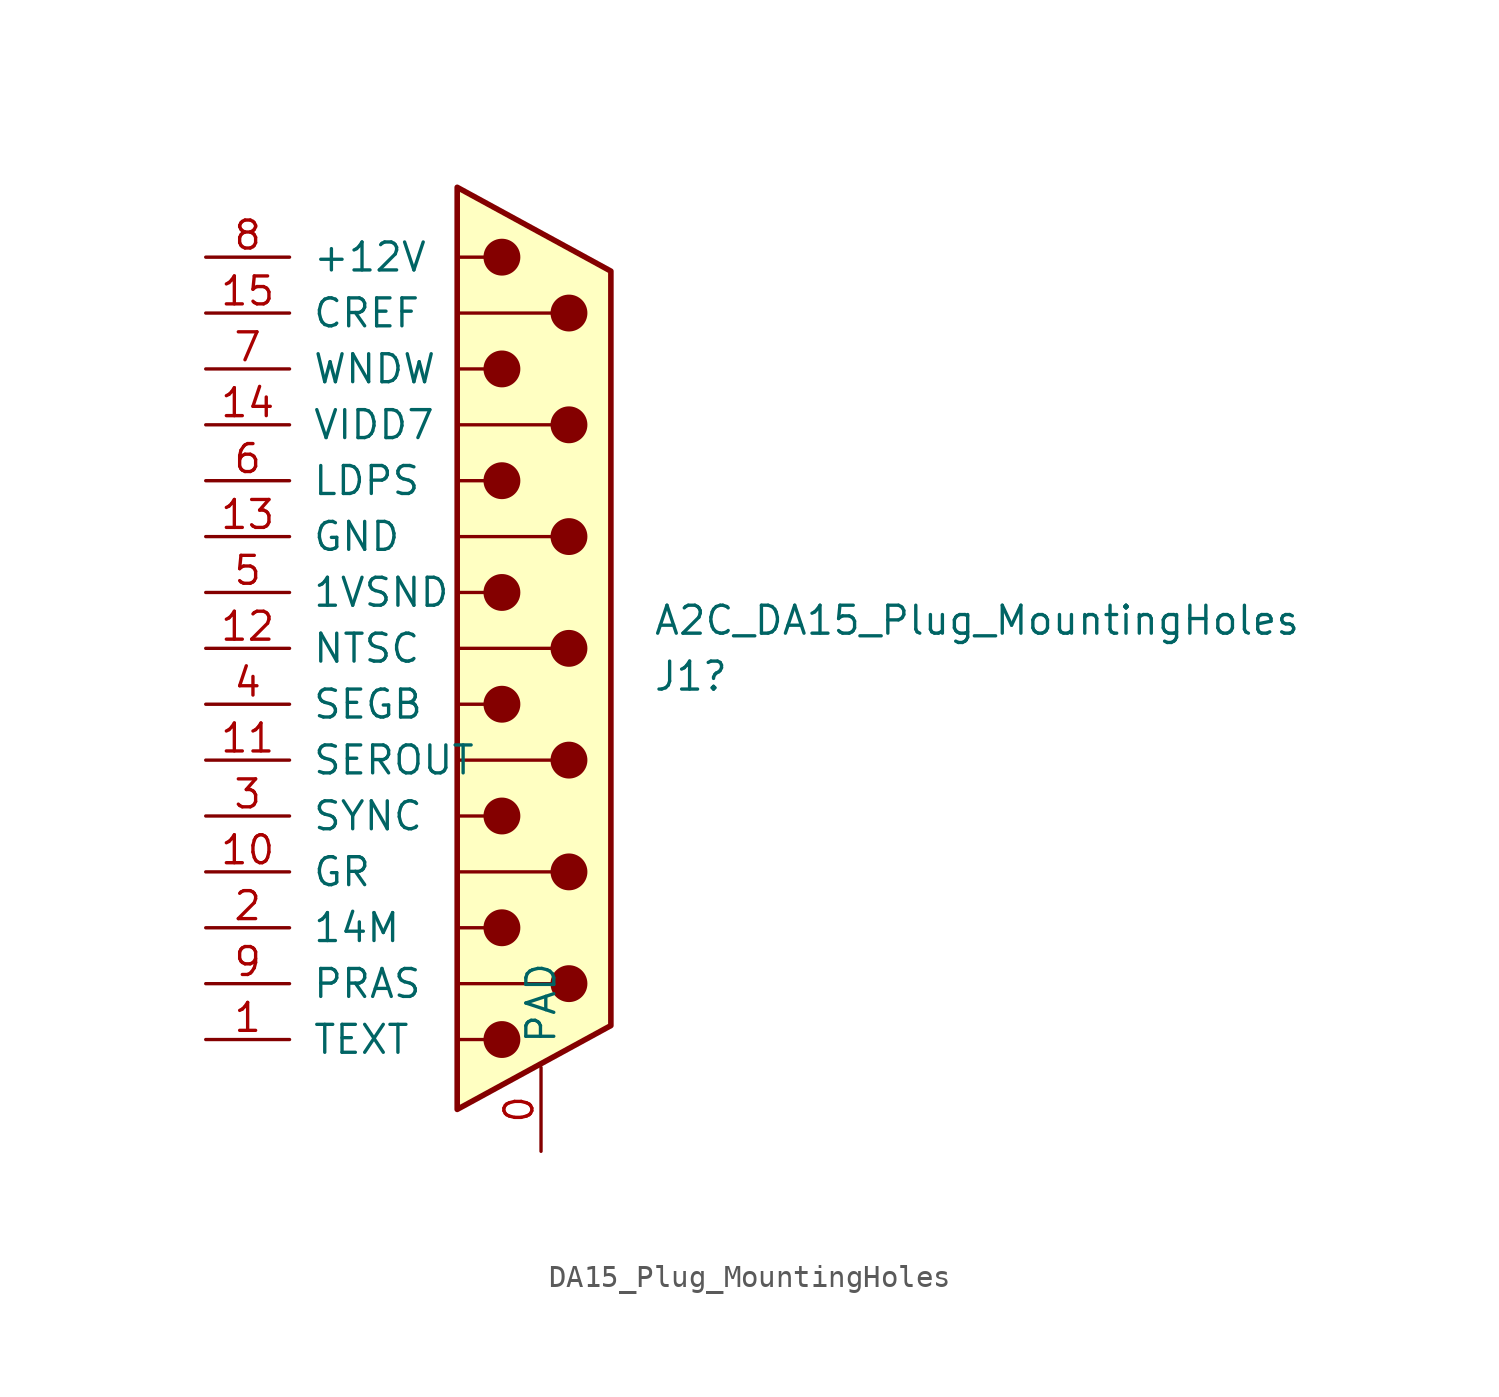
<source format=kicad_sym>
(kicad_symbol_lib
  (version 20241209)
  (generator "kicad_symbol_editor")
  (generator_version "9.0")
  (symbol "DA15_Plug_MountingHoles"
    (pin_names
      (offset 1.016))
    (property "Reference" "J1"
      (at 5.08 -1.27 0)
      (effects (font (size 1.27 1.27)) (justify left)))
    (property "Value" "A2C_DA15_Plug_MountingHoles"
      (at 5.08 1.27 0)
      (effects (font (size 1.27 1.27)) (justify left)))
    (symbol "DA15_Plug_MountingHoles_0_1"
      (polyline (pts (xy -3.81 17.78) (xy -2.54 17.78)) (stroke (width 0) (type default)) (fill (type none)))
      (polyline (pts (xy -3.81 15.24) (xy 0.508 15.24)) (stroke (width 0) (type default)) (fill (type none)))
      (polyline (pts (xy -3.81 12.7) (xy -2.54 12.7)) (stroke (width 0) (type default)) (fill (type none)))
      (polyline (pts (xy -3.81 10.16) (xy 0.508 10.16)) (stroke (width 0) (type default)) (fill (type none)))
      (polyline (pts (xy -3.81 7.62) (xy -2.54 7.62)) (stroke (width 0) (type default)) (fill (type none)))
      (polyline (pts (xy -3.81 5.08) (xy 0.508 5.08)) (stroke (width 0) (type default)) (fill (type none)))
      (polyline (pts (xy -3.81 2.54) (xy -2.54 2.54)) (stroke (width 0) (type default)) (fill (type none)))
      (polyline (pts (xy -3.81 0) (xy 0.508 0)) (stroke (width 0) (type default)) (fill (type none)))
      (polyline (pts (xy -3.81 -2.54) (xy -2.54 -2.54)) (stroke (width 0) (type default)) (fill (type none)))
      (polyline (pts (xy -3.81 -5.08) (xy 0.508 -5.08)) (stroke (width 0) (type default)) (fill (type none)))
      (polyline (pts (xy -3.81 -7.62) (xy -2.54 -7.62)) (stroke (width 0) (type default)) (fill (type none)))
      (polyline (pts (xy -3.81 -10.16) (xy 0.508 -10.16)) (stroke (width 0) (type default)) (fill (type none)))
      (polyline (pts (xy -3.81 -12.7) (xy -2.54 -12.7)) (stroke (width 0) (type default)) (fill (type none)))
      (polyline (pts (xy -3.81 -15.24) (xy 0.508 -15.24)) (stroke (width 0) (type default)) (fill (type none)))
      (polyline (pts (xy -3.81 -17.78) (xy -2.54 -17.78)) (stroke (width 0) (type default)) (fill (type none)))
      (polyline (pts (xy -3.81 -20.955) (xy 3.175 -17.145) (xy 3.175 17.145) (xy -3.81 20.955) (xy -3.81 -20.955)) (stroke (width 0.254) (type default)) (fill (type background)))
      (circle (center -1.778 17.78) (radius 0.762) (stroke (width 0) (type default)) (fill (type outline)))
      (circle (center -1.778 12.7) (radius 0.762) (stroke (width 0) (type default)) (fill (type outline)))
      (circle (center -1.778 7.62) (radius 0.762) (stroke (width 0) (type default)) (fill (type outline)))
      (circle (center -1.778 2.54) (radius 0.762) (stroke (width 0) (type default)) (fill (type outline)))
      (circle (center -1.778 -2.54) (radius 0.762) (stroke (width 0) (type default)) (fill (type outline)))
      (circle (center -1.778 -7.62) (radius 0.762) (stroke (width 0) (type default)) (fill (type outline)))
      (circle (center -1.778 -12.7) (radius 0.762) (stroke (width 0) (type default)) (fill (type outline)))
      (circle (center -1.778 -17.78) (radius 0.762) (stroke (width 0) (type default)) (fill (type outline)))
      (circle (center 1.27 15.24) (radius 0.762) (stroke (width 0) (type default)) (fill (type outline)))
      (circle (center 1.27 10.16) (radius 0.762) (stroke (width 0) (type default)) (fill (type outline)))
      (circle (center 1.27 5.08) (radius 0.762) (stroke (width 0) (type default)) (fill (type outline)))
      (circle (center 1.27 0) (radius 0.762) (stroke (width 0) (type default)) (fill (type outline)))
      (circle (center 1.27 -5.08) (radius 0.762) (stroke (width 0) (type default)) (fill (type outline)))
      (circle (center 1.27 -10.16) (radius 0.762) (stroke (width 0) (type default)) (fill (type outline)))
      (circle (center 1.27 -15.24) (radius 0.762) (stroke (width 0) (type default)) (fill (type outline))))
    (symbol "DA15_Plug_MountingHoles_1_1"
      (pin power_out line (at -15.24 17.78 0) (length 3.81) (name "+12V" (effects (font (size 1.27 1.27)))) (number "8" (effects (font (size 1.27 1.27)))))
      (pin passive line (at -15.24 15.24 0) (length 3.81) (name "CREF" (effects (font (size 1.27 1.27)))) (number "15" (effects (font (size 1.27 1.27)))))
      (pin passive line (at -15.24 12.7 0) (length 3.81) (name "WNDW" (effects (font (size 1.27 1.27)))) (number "7" (effects (font (size 1.27 1.27)))))
      (pin passive line (at -15.24 10.16 0) (length 3.81) (name "VIDD7" (effects (font (size 1.27 1.27)))) (number "14" (effects (font (size 1.27 1.27)))))
      (pin passive line (at -15.24 7.62 0) (length 3.81) (name "LDPS" (effects (font (size 1.27 1.27)))) (number "6" (effects (font (size 1.27 1.27)))))
      (pin power_out line (at -15.24 5.08 0) (length 3.81) (name "GND" (effects (font (size 1.27 1.27)))) (number "13" (effects (font (size 1.27 1.27)))))
      (pin passive line (at -15.24 2.54 0) (length 3.81) (name "1VSND" (effects (font (size 1.27 1.27)))) (number "5" (effects (font (size 1.27 1.27)))))
      (pin passive line (at -15.24 0 0) (length 3.81) (name "NTSC" (effects (font (size 1.27 1.27)))) (number "12" (effects (font (size 1.27 1.27)))))
      (pin passive line (at -15.24 -2.54 0) (length 3.81) (name "SEGB" (effects (font (size 1.27 1.27)))) (number "4" (effects (font (size 1.27 1.27)))))
      (pin passive line (at -15.24 -5.08 0) (length 3.81) (name "SEROUT" (effects (font (size 1.27 1.27)))) (number "11" (effects (font (size 1.27 1.27)))))
      (pin passive line (at -15.24 -7.62 0) (length 3.81) (name "SYNC" (effects (font (size 1.27 1.27)))) (number "3" (effects (font (size 1.27 1.27)))))
      (pin passive line (at -15.24 -10.16 0) (length 3.81) (name "GR" (effects (font (size 1.27 1.27)))) (number "10" (effects (font (size 1.27 1.27)))))
      (pin passive line (at -15.24 -12.7 0) (length 3.81) (name "14M" (effects (font (size 1.27 1.27)))) (number "2" (effects (font (size 1.27 1.27)))))
      (pin passive line (at -15.24 -15.24 0) (length 3.81) (name "PRAS" (effects (font (size 1.27 1.27)))) (number "9" (effects (font (size 1.27 1.27)))))
      (pin passive line (at -15.24 -17.78 0) (length 3.81) (name "TEXT" (effects (font (size 1.27 1.27)))) (number "1" (effects (font (size 1.27 1.27)))))
      (pin passive line (at 0 -22.86 90) (length 3.81) (name "PAD" (effects (font (size 1.27 1.27)))) (number "0" (effects (font (size 1.27 1.27))))))))
</source>
